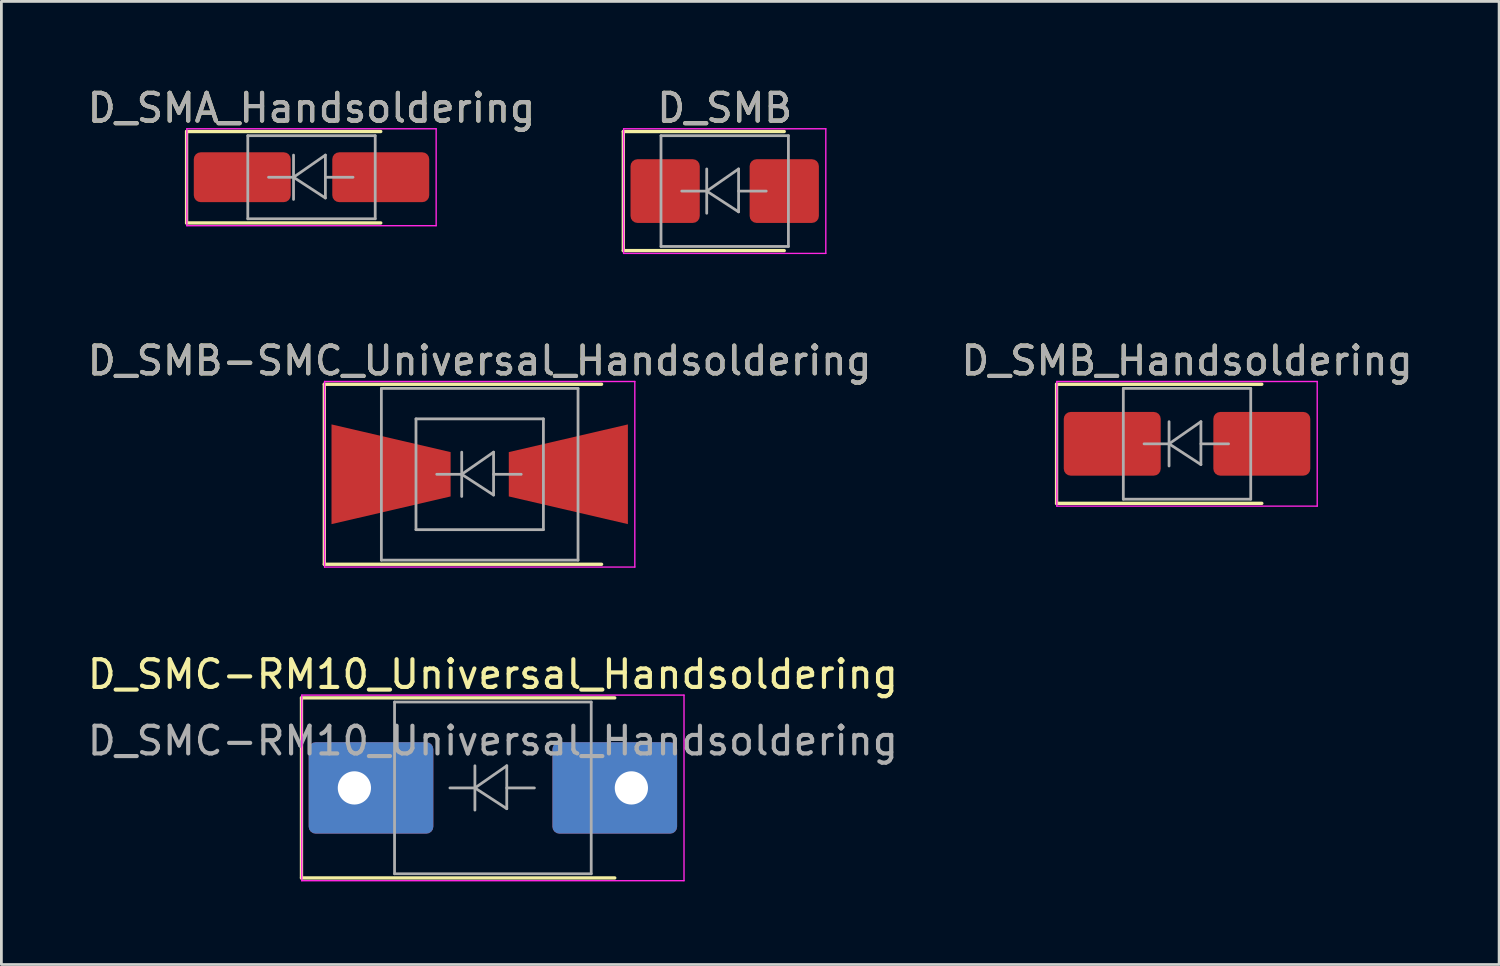
<source format=kicad_pcb>
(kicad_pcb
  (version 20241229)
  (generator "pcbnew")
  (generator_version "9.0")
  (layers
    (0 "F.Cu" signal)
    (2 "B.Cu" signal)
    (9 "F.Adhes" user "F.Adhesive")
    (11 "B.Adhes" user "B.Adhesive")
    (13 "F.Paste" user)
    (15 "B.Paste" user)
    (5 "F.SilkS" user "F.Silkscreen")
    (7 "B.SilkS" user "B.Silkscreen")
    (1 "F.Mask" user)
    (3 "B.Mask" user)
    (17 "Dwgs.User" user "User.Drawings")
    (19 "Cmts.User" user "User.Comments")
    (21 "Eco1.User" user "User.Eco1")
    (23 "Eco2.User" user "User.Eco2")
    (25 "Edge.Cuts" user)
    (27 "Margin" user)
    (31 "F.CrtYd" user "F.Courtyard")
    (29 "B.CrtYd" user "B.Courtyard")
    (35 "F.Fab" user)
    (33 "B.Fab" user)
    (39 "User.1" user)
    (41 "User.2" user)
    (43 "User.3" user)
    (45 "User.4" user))
  (footprint "D_SMB_Handsoldering"
    (layer "F.Cu")
    (at 39.804 12.972)
    (property "Reference" "D_SMB_Handsoldering" (at 0 -3 0) (layer "F.SilkS") (effects (font (size 1 1) (thickness 0.15))))
    (attr smd)
    (fp_line (start -4.71 -2.15) (end -4.71 2.15) (stroke (width 0.12) (type solid)) (layer "F.SilkS"))
    (fp_line (start -4.71 -2.15) (end 2.7 -2.15) (stroke (width 0.12) (type solid)) (layer "F.SilkS"))
    (fp_line (start -4.71 2.15) (end 2.7 2.15) (stroke (width 0.12) (type solid)) (layer "F.SilkS"))
    (fp_line (start -4.7 -2.25) (end 4.7 -2.25) (stroke (width 0.05) (type solid)) (layer "F.CrtYd"))
    (fp_line (start -4.7 2.25) (end -4.7 -2.25) (stroke (width 0.05) (type solid)) (layer "F.CrtYd"))
    (fp_line (start 4.7 -2.25) (end 4.7 2.25) (stroke (width 0.05) (type solid)) (layer "F.CrtYd"))
    (fp_line (start 4.7 2.25) (end -4.7 2.25) (stroke (width 0.05) (type solid)) (layer "F.CrtYd"))
    (fp_line (start -2.3 2) (end -2.3 -2) (stroke (width 0.1) (type solid)) (layer "F.Fab"))
    (fp_line (start -0.649 -0.799) (end -0.649 0.801) (stroke (width 0.1) (type solid)) (layer "F.Fab"))
    (fp_line (start -0.649 0.001) (end -1.551 0.001) (stroke (width 0.1) (type solid)) (layer "F.Fab"))
    (fp_line (start -0.649 0.001) (end 0.501 -0.799) (stroke (width 0.1) (type solid)) (layer "F.Fab"))
    (fp_line (start -0.649 0.001) (end 0.501 0.75) (stroke (width 0.1) (type solid)) (layer "F.Fab"))
    (fp_line (start 0.501 0.001) (end 1.499 0.001) (stroke (width 0.1) (type solid)) (layer "F.Fab"))
    (fp_line (start 0.501 0.75) (end 0.501 -0.799) (stroke (width 0.1) (type solid)) (layer "F.Fab"))
    (fp_line (start 2.3 -2) (end -2.3 -2) (stroke (width 0.1) (type solid)) (layer "F.Fab"))
    (fp_line (start 2.3 -2) (end 2.3 2) (stroke (width 0.1) (type solid)) (layer "F.Fab"))
    (fp_line (start 2.3 2) (end -2.3 2) (stroke (width 0.1) (type solid)) (layer "F.Fab"))
    (fp_text user "${REFERENCE}" (at 0 -3 0) (layer "F.Fab") (effects (font (size 1 1) (thickness 0.15))))
    (pad "1" smd roundrect (at -2.7 0) (size 3.5 2.3) (layers "F.Cu" "F.Mask" "F.Paste") (roundrect_rratio 0.109))
    (pad "2" smd roundrect (at 2.7 0) (size 3.5 2.3) (layers "F.Cu" "F.Mask" "F.Paste") (roundrect_rratio 0.109)))
  (footprint "D_SMA_Handsoldering"
    (layer "F.Cu")
    (at 8.196 3.348)
    (property "Reference" "D_SMA_Handsoldering" (at 0 -2.5 0) (layer "F.SilkS") (effects (font (size 1 1) (thickness 0.15))))
    (attr smd)
    (fp_line (start -4.51 -1.65) (end -4.51 1.65) (stroke (width 0.12) (type solid)) (layer "F.SilkS"))
    (fp_line (start -4.51 -1.65) (end 2.5 -1.65) (stroke (width 0.12) (type solid)) (layer "F.SilkS"))
    (fp_line (start -4.51 1.65) (end 2.5 1.65) (stroke (width 0.12) (type solid)) (layer "F.SilkS"))
    (fp_line (start -4.5 -1.75) (end 4.5 -1.75) (stroke (width 0.05) (type solid)) (layer "F.CrtYd"))
    (fp_line (start -4.5 1.75) (end -4.5 -1.75) (stroke (width 0.05) (type solid)) (layer "F.CrtYd"))
    (fp_line (start 4.5 -1.75) (end 4.5 1.75) (stroke (width 0.05) (type solid)) (layer "F.CrtYd"))
    (fp_line (start 4.5 1.75) (end -4.5 1.75) (stroke (width 0.05) (type solid)) (layer "F.CrtYd"))
    (fp_line (start -2.3 1.5) (end -2.3 -1.5) (stroke (width 0.1) (type solid)) (layer "F.Fab"))
    (fp_line (start -0.649 -0.799) (end -0.649 0.801) (stroke (width 0.1) (type solid)) (layer "F.Fab"))
    (fp_line (start -0.649 0.001) (end -1.551 0.001) (stroke (width 0.1) (type solid)) (layer "F.Fab"))
    (fp_line (start -0.649 0.001) (end 0.501 -0.799) (stroke (width 0.1) (type solid)) (layer "F.Fab"))
    (fp_line (start -0.649 0.001) (end 0.501 0.75) (stroke (width 0.1) (type solid)) (layer "F.Fab"))
    (fp_line (start 0.501 0.001) (end 1.499 0.001) (stroke (width 0.1) (type solid)) (layer "F.Fab"))
    (fp_line (start 0.501 0.75) (end 0.501 -0.799) (stroke (width 0.1) (type solid)) (layer "F.Fab"))
    (fp_line (start 2.3 -1.5) (end -2.3 -1.5) (stroke (width 0.1) (type solid)) (layer "F.Fab"))
    (fp_line (start 2.3 -1.5) (end 2.3 1.5) (stroke (width 0.1) (type solid)) (layer "F.Fab"))
    (fp_line (start 2.3 1.5) (end -2.3 1.5) (stroke (width 0.1) (type solid)) (layer "F.Fab"))
    (fp_text user "${REFERENCE}" (at 0 -2.5 0) (layer "F.Fab") (effects (font (size 1 1) (thickness 0.15))))
    (pad "1" smd roundrect (at -2.5 0) (size 3.5 1.8) (layers "F.Cu" "F.Mask" "F.Paste") (roundrect_rratio 0.139))
    (pad "2" smd roundrect (at 2.5 0) (size 3.5 1.8) (layers "F.Cu" "F.Mask" "F.Paste") (roundrect_rratio 0.139)))
  (footprint "D_SMC-RM10_Universal_Handsoldering"
    (layer "F.Cu")
    (at 14.744 25.395)
    (property "Reference" "D_SMC-RM10_Universal_Handsoldering" (at 0 -4.1 0) (layer "F.SilkS") (effects (font (size 1 1) (thickness 0.15))))
    (attr through_hole)
    (fp_line (start -6.91 -3.25) (end 4.4 -3.25) (stroke (width 0.12) (type solid)) (layer "F.SilkS"))
    (fp_line (start -6.91 3.25) (end -6.91 -3.25) (stroke (width 0.12) (type solid)) (layer "F.SilkS"))
    (fp_line (start -6.91 3.25) (end 4.4 3.25) (stroke (width 0.12) (type solid)) (layer "F.SilkS"))
    (fp_line (start -6.9 -3.35) (end 6.9 -3.35) (stroke (width 0.05) (type solid)) (layer "F.CrtYd"))
    (fp_line (start -6.9 3.35) (end -6.9 -3.35) (stroke (width 0.05) (type solid)) (layer "F.CrtYd"))
    (fp_line (start 6.9 -3.35) (end 6.9 3.35) (stroke (width 0.05) (type solid)) (layer "F.CrtYd"))
    (fp_line (start 6.9 3.35) (end -6.9 3.35) (stroke (width 0.05) (type solid)) (layer "F.CrtYd"))
    (fp_line (start -3.55 3.1) (end -3.55 -3.1) (stroke (width 0.1) (type solid)) (layer "F.Fab"))
    (fp_line (start -0.649 -0.799) (end -0.649 0.801) (stroke (width 0.1) (type solid)) (layer "F.Fab"))
    (fp_line (start -0.649 0.001) (end -1.551 0.001) (stroke (width 0.1) (type solid)) (layer "F.Fab"))
    (fp_line (start -0.649 0.001) (end 0.501 -0.799) (stroke (width 0.1) (type solid)) (layer "F.Fab"))
    (fp_line (start -0.649 0.001) (end 0.501 0.75) (stroke (width 0.1) (type solid)) (layer "F.Fab"))
    (fp_line (start 0.501 0.001) (end 1.499 0.001) (stroke (width 0.1) (type solid)) (layer "F.Fab"))
    (fp_line (start 0.501 0.75) (end 0.501 -0.799) (stroke (width 0.1) (type solid)) (layer "F.Fab"))
    (fp_line (start 3.55 -3.1) (end -3.55 -3.1) (stroke (width 0.1) (type solid)) (layer "F.Fab"))
    (fp_line (start 3.55 -3.1) (end 3.55 3.1) (stroke (width 0.1) (type solid)) (layer "F.Fab"))
    (fp_line (start 3.55 3.1) (end -3.55 3.1) (stroke (width 0.1) (type solid)) (layer "F.Fab"))
    (fp_text user "${REFERENCE}" (at 0 -1.7 0) (layer "F.Fab") (effects (font (size 1 1) (thickness 0.15))))
    (pad "1" thru_hole roundrect (at -5 0) (size 4.5 3.3) (drill 1.2 (offset 0.6 0)) (layers "*.Cu" "*.Mask") (roundrect_rratio 0.076))
    (pad "2" thru_hole roundrect (at 5 0 180) (size 4.5 3.3) (drill 1.2 (offset 0.6 0)) (layers "*.Cu" "*.Mask") (roundrect_rratio 0.076)))
  (footprint "D_SMB"
    (layer "F.Cu")
    (at 23.113 3.848)
    (property "Reference" "D_SMB" (at 0 -3 0) (layer "F.SilkS") (effects (font (size 1 1) (thickness 0.15))))
    (attr smd)
    (fp_line (start -3.66 -2.15) (end -3.66 2.15) (stroke (width 0.12) (type solid)) (layer "F.SilkS"))
    (fp_line (start -3.66 -2.15) (end 2.15 -2.15) (stroke (width 0.12) (type solid)) (layer "F.SilkS"))
    (fp_line (start -3.66 2.15) (end 2.15 2.15) (stroke (width 0.12) (type solid)) (layer "F.SilkS"))
    (fp_line (start -3.65 -2.25) (end 3.65 -2.25) (stroke (width 0.05) (type solid)) (layer "F.CrtYd"))
    (fp_line (start -3.65 2.25) (end -3.65 -2.25) (stroke (width 0.05) (type solid)) (layer "F.CrtYd"))
    (fp_line (start 3.65 -2.25) (end 3.65 2.25) (stroke (width 0.05) (type solid)) (layer "F.CrtYd"))
    (fp_line (start 3.65 2.25) (end -3.65 2.25) (stroke (width 0.05) (type solid)) (layer "F.CrtYd"))
    (fp_line (start -2.3 2) (end -2.3 -2) (stroke (width 0.1) (type solid)) (layer "F.Fab"))
    (fp_line (start -0.649 -0.799) (end -0.649 0.801) (stroke (width 0.1) (type solid)) (layer "F.Fab"))
    (fp_line (start -0.649 0.001) (end -1.551 0.001) (stroke (width 0.1) (type solid)) (layer "F.Fab"))
    (fp_line (start -0.649 0.001) (end 0.501 -0.799) (stroke (width 0.1) (type solid)) (layer "F.Fab"))
    (fp_line (start -0.649 0.001) (end 0.501 0.75) (stroke (width 0.1) (type solid)) (layer "F.Fab"))
    (fp_line (start 0.501 0.001) (end 1.499 0.001) (stroke (width 0.1) (type solid)) (layer "F.Fab"))
    (fp_line (start 0.501 0.75) (end 0.501 -0.799) (stroke (width 0.1) (type solid)) (layer "F.Fab"))
    (fp_line (start 2.3 -2) (end -2.3 -2) (stroke (width 0.1) (type solid)) (layer "F.Fab"))
    (fp_line (start 2.3 -2) (end 2.3 2) (stroke (width 0.1) (type solid)) (layer "F.Fab"))
    (fp_line (start 2.3 2) (end -2.3 2) (stroke (width 0.1) (type solid)) (layer "F.Fab"))
    (fp_text user "${REFERENCE}" (at 0 -3 0) (layer "F.Fab") (effects (font (size 1 1) (thickness 0.15))))
    (pad "1" smd roundrect (at -2.15 0) (size 2.5 2.3) (layers "F.Cu" "F.Mask" "F.Paste") (roundrect_rratio 0.109))
    (pad "2" smd roundrect (at 2.15 0) (size 2.5 2.3) (layers "F.Cu" "F.Mask" "F.Paste") (roundrect_rratio 0.109)))
  (footprint "D_SMB-SMC_Universal_Handsoldering"
    (layer "F.Cu")
    (at 14.268 14.072)
    (property "Reference" "D_SMB-SMC_Universal_Handsoldering" (at 0 -4.1 0) (layer "F.SilkS") (effects (font (size 1 1) (thickness 0.15))))
    (attr smd)
    (fp_line (start -5.61 -3.25) (end 4.4 -3.25) (stroke (width 0.12) (type solid)) (layer "F.SilkS"))
    (fp_line (start -5.61 3.25) (end -5.61 -3.25) (stroke (width 0.12) (type solid)) (layer "F.SilkS"))
    (fp_line (start -5.61 3.25) (end 4.4 3.25) (stroke (width 0.12) (type solid)) (layer "F.SilkS"))
    (fp_line (start -5.6 -3.35) (end 5.6 -3.35) (stroke (width 0.05) (type solid)) (layer "F.CrtYd"))
    (fp_line (start -5.6 3.35) (end -5.6 -3.35) (stroke (width 0.05) (type solid)) (layer "F.CrtYd"))
    (fp_line (start 5.6 -3.35) (end 5.6 3.35) (stroke (width 0.05) (type solid)) (layer "F.CrtYd"))
    (fp_line (start 5.6 3.35) (end -5.6 3.35) (stroke (width 0.05) (type solid)) (layer "F.CrtYd"))
    (fp_line (start -3.55 3.1) (end -3.55 -3.1) (stroke (width 0.1) (type solid)) (layer "F.Fab"))
    (fp_line (start -2.3 2) (end -2.3 -2) (stroke (width 0.1) (type solid)) (layer "F.Fab"))
    (fp_line (start -0.649 -0.799) (end -0.649 0.801) (stroke (width 0.1) (type solid)) (layer "F.Fab"))
    (fp_line (start -0.649 0.001) (end -1.551 0.001) (stroke (width 0.1) (type solid)) (layer "F.Fab"))
    (fp_line (start -0.649 0.001) (end 0.501 -0.799) (stroke (width 0.1) (type solid)) (layer "F.Fab"))
    (fp_line (start -0.649 0.001) (end 0.501 0.75) (stroke (width 0.1) (type solid)) (layer "F.Fab"))
    (fp_line (start 0.501 0.001) (end 1.499 0.001) (stroke (width 0.1) (type solid)) (layer "F.Fab"))
    (fp_line (start 0.501 0.75) (end 0.501 -0.799) (stroke (width 0.1) (type solid)) (layer "F.Fab"))
    (fp_line (start 2.3 -2) (end -2.3 -2) (stroke (width 0.1) (type solid)) (layer "F.Fab"))
    (fp_line (start 2.3 -2) (end 2.3 2) (stroke (width 0.1) (type solid)) (layer "F.Fab"))
    (fp_line (start 2.3 2) (end -2.3 2) (stroke (width 0.1) (type solid)) (layer "F.Fab"))
    (fp_line (start 3.55 -3.1) (end -3.55 -3.1) (stroke (width 0.1) (type solid)) (layer "F.Fab"))
    (fp_line (start 3.55 -3.1) (end 3.55 3.1) (stroke (width 0.1) (type solid)) (layer "F.Fab"))
    (fp_line (start 3.55 3.1) (end -3.55 3.1) (stroke (width 0.1) (type solid)) (layer "F.Fab"))
    (fp_text user "${REFERENCE}" (at 0 -4.1 0) (layer "F.Fab") (effects (font (size 1 1) (thickness 0.15))))
    (pad "1" smd trapezoid (at -3.2 0) (size 4.3 2.6) (rect_delta 1 0) (layers "F.Cu" "F.Mask" "F.Paste"))
    (pad "2" smd trapezoid (at 3.2 0 180) (size 4.3 2.6) (rect_delta 1 0) (layers "F.Cu" "F.Mask" "F.Paste")))
  (gr_rect
    (start -3 -3)
    (end 51.071 31.77)
    (stroke (width 0.1) (type default))
    (fill no)
    (layer "Edge.Cuts")))
</source>
